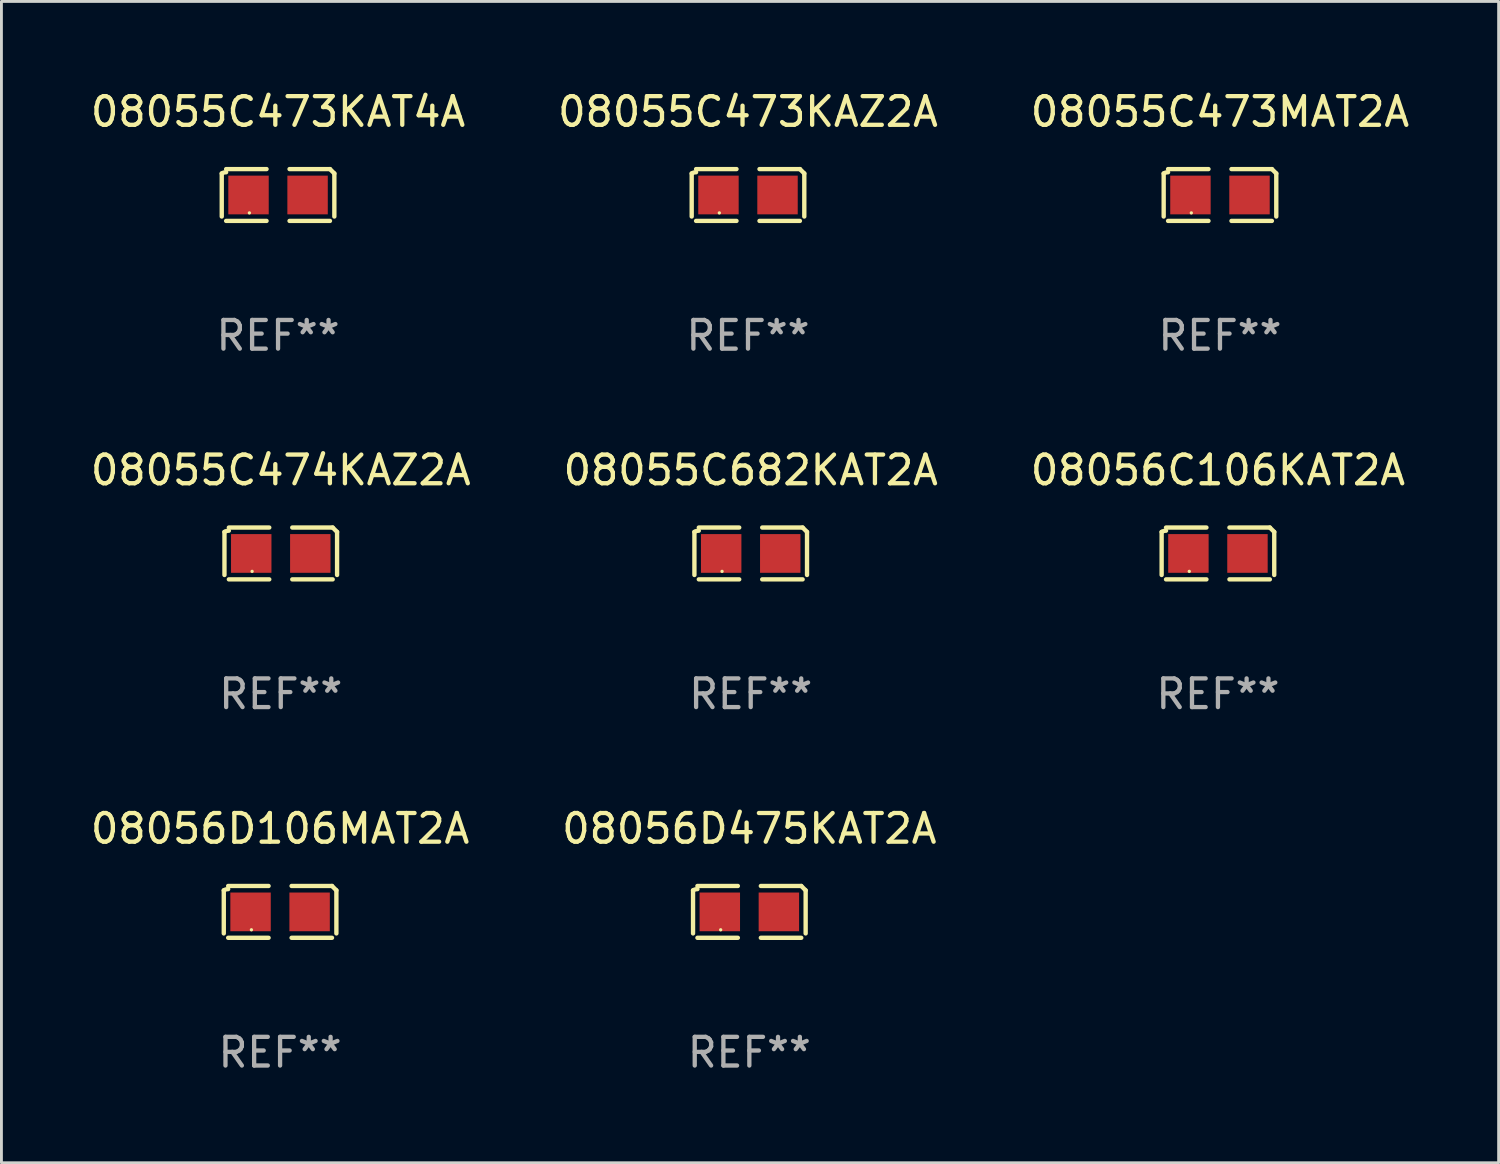
<source format=kicad_pcb>
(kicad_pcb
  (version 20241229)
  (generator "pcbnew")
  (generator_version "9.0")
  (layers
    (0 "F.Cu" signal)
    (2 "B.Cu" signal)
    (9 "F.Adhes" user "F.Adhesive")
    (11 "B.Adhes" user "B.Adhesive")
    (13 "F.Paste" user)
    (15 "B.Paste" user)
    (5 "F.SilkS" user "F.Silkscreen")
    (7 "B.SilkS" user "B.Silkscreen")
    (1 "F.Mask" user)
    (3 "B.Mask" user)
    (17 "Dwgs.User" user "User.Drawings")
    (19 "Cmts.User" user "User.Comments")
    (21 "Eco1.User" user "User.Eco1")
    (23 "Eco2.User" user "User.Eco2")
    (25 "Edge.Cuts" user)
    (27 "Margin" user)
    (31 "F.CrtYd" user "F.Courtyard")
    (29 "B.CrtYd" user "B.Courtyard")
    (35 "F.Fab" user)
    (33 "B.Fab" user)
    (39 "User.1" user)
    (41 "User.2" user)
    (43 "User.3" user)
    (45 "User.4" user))
  (footprint "08055C474KAZ2A"
    (layer "F.Cu")
    (at 6.744 16.256)
    (property "Reference" "08055C474KAZ2A" (at 0 -2.904 0) (layer "F.SilkS") (effects (font (size 1 1) (thickness 0.15))))
    (attr through_hole)
    (fp_line (start -1.964 0.751) (end -1.964 -0.751) (stroke (width 0.152) (type solid)) (layer "F.SilkS"))
    (fp_line (start -1.811 -0.904) (end -0.401 -0.904) (stroke (width 0.152) (type solid)) (layer "F.SilkS"))
    (fp_line (start -0.401 0.904) (end -1.811 0.904) (stroke (width 0.152) (type solid)) (layer "F.SilkS"))
    (fp_line (start 0.401 0.904) (end 1.811 0.904) (stroke (width 0.152) (type solid)) (layer "F.SilkS"))
    (fp_line (start 1.811 -0.904) (end 0.401 -0.904) (stroke (width 0.152) (type solid)) (layer "F.SilkS"))
    (fp_line (start 1.964 0.751) (end 1.964 -0.751) (stroke (width 0.152) (type solid)) (layer "F.SilkS"))
    (fp_arc (start -1.963602 -0.751207) (mid -1.890354 -0.783131) (end -1.811201 -0.794044) (stroke (width 0.1524) (type solid)) (layer "F.SilkS"))
    (fp_arc (start 1.811202 -0.903607) (mid 1.887413 -0.827418) (end 1.963602 -0.751207) (stroke (width 0.1524) (type solid)) (layer "F.SilkS"))
    (fp_circle (center -1 0.625) (end -0.97 0.625) (stroke (width 0.06) (type solid)) (fill no) (layer "F.SilkS"))
    (fp_text user "REF**" (at 0 4.904 0) (layer "F.Fab") (effects (font (size 1 1) (thickness 0.15))))
    (pad "1" smd rect (at -1.03 0) (size 1.41 1.35) (layers "F.Cu" "F.Mask" "F.Paste"))
    (pad "2" smd rect (at 1.03 0) (size 1.41 1.35) (layers "F.Cu" "F.Mask" "F.Paste")))
  (footprint "08056D475KAT2A"
    (layer "F.Cu")
    (at 23.089 28.759)
    (property "Reference" "08056D475KAT2A" (at 0 -2.904 0) (layer "F.SilkS") (effects (font (size 1 1) (thickness 0.15))))
    (attr through_hole)
    (fp_line (start -1.964 0.751) (end -1.964 -0.751) (stroke (width 0.152) (type solid)) (layer "F.SilkS"))
    (fp_line (start -1.811 -0.904) (end -0.401 -0.904) (stroke (width 0.152) (type solid)) (layer "F.SilkS"))
    (fp_line (start -0.401 0.904) (end -1.811 0.904) (stroke (width 0.152) (type solid)) (layer "F.SilkS"))
    (fp_line (start 0.401 0.904) (end 1.811 0.904) (stroke (width 0.152) (type solid)) (layer "F.SilkS"))
    (fp_line (start 1.811 -0.904) (end 0.401 -0.904) (stroke (width 0.152) (type solid)) (layer "F.SilkS"))
    (fp_line (start 1.964 0.751) (end 1.964 -0.751) (stroke (width 0.152) (type solid)) (layer "F.SilkS"))
    (fp_arc (start -1.963602 -0.751207) (mid -1.890354 -0.783131) (end -1.811201 -0.794044) (stroke (width 0.1524) (type solid)) (layer "F.SilkS"))
    (fp_arc (start 1.811202 -0.903607) (mid 1.887413 -0.827418) (end 1.963602 -0.751207) (stroke (width 0.1524) (type solid)) (layer "F.SilkS"))
    (fp_circle (center -1 0.625) (end -0.97 0.625) (stroke (width 0.06) (type solid)) (fill no) (layer "F.SilkS"))
    (fp_text user "REF**" (at 0 4.904 0) (layer "F.Fab") (effects (font (size 1 1) (thickness 0.15))))
    (pad "1" smd rect (at -1.03 0) (size 1.41 1.35) (layers "F.Cu" "F.Mask" "F.Paste"))
    (pad "2" smd rect (at 1.03 0) (size 1.41 1.35) (layers "F.Cu" "F.Mask" "F.Paste")))
  (footprint "08055C473KAT4A"
    (layer "F.Cu")
    (at 6.649 3.752)
    (property "Reference" "08055C473KAT4A" (at 0 -2.904 0) (layer "F.SilkS") (effects (font (size 1 1) (thickness 0.15))))
    (attr through_hole)
    (fp_line (start -1.964 0.751) (end -1.964 -0.751) (stroke (width 0.152) (type solid)) (layer "F.SilkS"))
    (fp_line (start -1.811 -0.904) (end -0.401 -0.904) (stroke (width 0.152) (type solid)) (layer "F.SilkS"))
    (fp_line (start -0.401 0.904) (end -1.811 0.904) (stroke (width 0.152) (type solid)) (layer "F.SilkS"))
    (fp_line (start 0.401 0.904) (end 1.811 0.904) (stroke (width 0.152) (type solid)) (layer "F.SilkS"))
    (fp_line (start 1.811 -0.904) (end 0.401 -0.904) (stroke (width 0.152) (type solid)) (layer "F.SilkS"))
    (fp_line (start 1.964 0.751) (end 1.964 -0.751) (stroke (width 0.152) (type solid)) (layer "F.SilkS"))
    (fp_arc (start -1.963602 -0.751207) (mid -1.890354 -0.783131) (end -1.811201 -0.794044) (stroke (width 0.1524) (type solid)) (layer "F.SilkS"))
    (fp_arc (start 1.811202 -0.903607) (mid 1.887413 -0.827418) (end 1.963602 -0.751207) (stroke (width 0.1524) (type solid)) (layer "F.SilkS"))
    (fp_circle (center -1 0.625) (end -0.97 0.625) (stroke (width 0.06) (type solid)) (fill no) (layer "F.SilkS"))
    (fp_text user "REF**" (at 0 4.904 0) (layer "F.Fab") (effects (font (size 1 1) (thickness 0.15))))
    (pad "1" smd rect (at -1.03 0) (size 1.41 1.35) (layers "F.Cu" "F.Mask" "F.Paste"))
    (pad "2" smd rect (at 1.03 0) (size 1.41 1.35) (layers "F.Cu" "F.Mask" "F.Paste")))
  (footprint "08056D106MAT2A"
    (layer "F.Cu")
    (at 6.72 28.759)
    (property "Reference" "08056D106MAT2A" (at 0 -2.904 0) (layer "F.SilkS") (effects (font (size 1 1) (thickness 0.15))))
    (attr through_hole)
    (fp_line (start -1.964 0.751) (end -1.964 -0.751) (stroke (width 0.152) (type solid)) (layer "F.SilkS"))
    (fp_line (start -1.811 -0.904) (end -0.401 -0.904) (stroke (width 0.152) (type solid)) (layer "F.SilkS"))
    (fp_line (start -0.401 0.904) (end -1.811 0.904) (stroke (width 0.152) (type solid)) (layer "F.SilkS"))
    (fp_line (start 0.401 0.904) (end 1.811 0.904) (stroke (width 0.152) (type solid)) (layer "F.SilkS"))
    (fp_line (start 1.811 -0.904) (end 0.401 -0.904) (stroke (width 0.152) (type solid)) (layer "F.SilkS"))
    (fp_line (start 1.964 0.751) (end 1.964 -0.751) (stroke (width 0.152) (type solid)) (layer "F.SilkS"))
    (fp_arc (start -1.963602 -0.751207) (mid -1.890354 -0.783131) (end -1.811201 -0.794044) (stroke (width 0.1524) (type solid)) (layer "F.SilkS"))
    (fp_arc (start 1.811202 -0.903607) (mid 1.887413 -0.827418) (end 1.963602 -0.751207) (stroke (width 0.1524) (type solid)) (layer "F.SilkS"))
    (fp_circle (center -1 0.625) (end -0.97 0.625) (stroke (width 0.06) (type solid)) (fill no) (layer "F.SilkS"))
    (fp_text user "REF**" (at 0 4.904 0) (layer "F.Fab") (effects (font (size 1 1) (thickness 0.15))))
    (pad "1" smd rect (at -1.03 0) (size 1.41 1.35) (layers "F.Cu" "F.Mask" "F.Paste"))
    (pad "2" smd rect (at 1.03 0) (size 1.41 1.35) (layers "F.Cu" "F.Mask" "F.Paste")))
  (footprint "08055C682KAT2A"
    (layer "F.Cu")
    (at 23.137 16.256)
    (property "Reference" "08055C682KAT2A" (at 0 -2.904 0) (layer "F.SilkS") (effects (font (size 1 1) (thickness 0.15))))
    (attr through_hole)
    (fp_line (start -1.964 0.751) (end -1.964 -0.751) (stroke (width 0.152) (type solid)) (layer "F.SilkS"))
    (fp_line (start -1.811 -0.904) (end -0.401 -0.904) (stroke (width 0.152) (type solid)) (layer "F.SilkS"))
    (fp_line (start -0.401 0.904) (end -1.811 0.904) (stroke (width 0.152) (type solid)) (layer "F.SilkS"))
    (fp_line (start 0.401 0.904) (end 1.811 0.904) (stroke (width 0.152) (type solid)) (layer "F.SilkS"))
    (fp_line (start 1.811 -0.904) (end 0.401 -0.904) (stroke (width 0.152) (type solid)) (layer "F.SilkS"))
    (fp_line (start 1.964 0.751) (end 1.964 -0.751) (stroke (width 0.152) (type solid)) (layer "F.SilkS"))
    (fp_arc (start -1.963602 -0.751207) (mid -1.890354 -0.783131) (end -1.811201 -0.794044) (stroke (width 0.1524) (type solid)) (layer "F.SilkS"))
    (fp_arc (start 1.811202 -0.903607) (mid 1.887413 -0.827418) (end 1.963602 -0.751207) (stroke (width 0.1524) (type solid)) (layer "F.SilkS"))
    (fp_circle (center -1 0.625) (end -0.97 0.625) (stroke (width 0.06) (type solid)) (fill no) (layer "F.SilkS"))
    (fp_text user "REF**" (at 0 4.904 0) (layer "F.Fab") (effects (font (size 1 1) (thickness 0.15))))
    (pad "1" smd rect (at -1.03 0) (size 1.41 1.35) (layers "F.Cu" "F.Mask" "F.Paste"))
    (pad "2" smd rect (at 1.03 0) (size 1.41 1.35) (layers "F.Cu" "F.Mask" "F.Paste")))
  (footprint "08055C473KAZ2A"
    (layer "F.Cu")
    (at 23.042 3.752)
    (property "Reference" "08055C473KAZ2A" (at 0 -2.904 0) (layer "F.SilkS") (effects (font (size 1 1) (thickness 0.15))))
    (attr through_hole)
    (fp_line (start -1.964 0.751) (end -1.964 -0.751) (stroke (width 0.152) (type solid)) (layer "F.SilkS"))
    (fp_line (start -1.811 -0.904) (end -0.401 -0.904) (stroke (width 0.152) (type solid)) (layer "F.SilkS"))
    (fp_line (start -0.401 0.904) (end -1.811 0.904) (stroke (width 0.152) (type solid)) (layer "F.SilkS"))
    (fp_line (start 0.401 0.904) (end 1.811 0.904) (stroke (width 0.152) (type solid)) (layer "F.SilkS"))
    (fp_line (start 1.811 -0.904) (end 0.401 -0.904) (stroke (width 0.152) (type solid)) (layer "F.SilkS"))
    (fp_line (start 1.964 0.751) (end 1.964 -0.751) (stroke (width 0.152) (type solid)) (layer "F.SilkS"))
    (fp_arc (start -1.963602 -0.751207) (mid -1.890354 -0.783131) (end -1.811201 -0.794044) (stroke (width 0.1524) (type solid)) (layer "F.SilkS"))
    (fp_arc (start 1.811202 -0.903607) (mid 1.887413 -0.827418) (end 1.963602 -0.751207) (stroke (width 0.1524) (type solid)) (layer "F.SilkS"))
    (fp_circle (center -1 0.625) (end -0.97 0.625) (stroke (width 0.06) (type solid)) (fill no) (layer "F.SilkS"))
    (fp_text user "REF**" (at 0 4.904 0) (layer "F.Fab") (effects (font (size 1 1) (thickness 0.15))))
    (pad "1" smd rect (at -1.03 0) (size 1.41 1.35) (layers "F.Cu" "F.Mask" "F.Paste"))
    (pad "2" smd rect (at 1.03 0) (size 1.41 1.35) (layers "F.Cu" "F.Mask" "F.Paste")))
  (footprint "08056C106KAT2A"
    (layer "F.Cu")
    (at 39.435 16.256)
    (property "Reference" "08056C106KAT2A" (at 0 -2.904 0) (layer "F.SilkS") (effects (font (size 1 1) (thickness 0.15))))
    (attr through_hole)
    (fp_line (start -1.964 0.751) (end -1.964 -0.751) (stroke (width 0.152) (type solid)) (layer "F.SilkS"))
    (fp_line (start -1.811 -0.904) (end -0.401 -0.904) (stroke (width 0.152) (type solid)) (layer "F.SilkS"))
    (fp_line (start -0.401 0.904) (end -1.811 0.904) (stroke (width 0.152) (type solid)) (layer "F.SilkS"))
    (fp_line (start 0.401 0.904) (end 1.811 0.904) (stroke (width 0.152) (type solid)) (layer "F.SilkS"))
    (fp_line (start 1.811 -0.904) (end 0.401 -0.904) (stroke (width 0.152) (type solid)) (layer "F.SilkS"))
    (fp_line (start 1.964 0.751) (end 1.964 -0.751) (stroke (width 0.152) (type solid)) (layer "F.SilkS"))
    (fp_arc (start -1.963602 -0.751207) (mid -1.890354 -0.783131) (end -1.811201 -0.794044) (stroke (width 0.1524) (type solid)) (layer "F.SilkS"))
    (fp_arc (start 1.811202 -0.903607) (mid 1.887413 -0.827418) (end 1.963602 -0.751207) (stroke (width 0.1524) (type solid)) (layer "F.SilkS"))
    (fp_circle (center -1 0.625) (end -0.97 0.625) (stroke (width 0.06) (type solid)) (fill no) (layer "F.SilkS"))
    (fp_text user "REF**" (at 0 4.904 0) (layer "F.Fab") (effects (font (size 1 1) (thickness 0.15))))
    (pad "1" smd rect (at -1.03 0) (size 1.41 1.35) (layers "F.Cu" "F.Mask" "F.Paste"))
    (pad "2" smd rect (at 1.03 0) (size 1.41 1.35) (layers "F.Cu" "F.Mask" "F.Paste")))
  (footprint "08055C473MAT2A"
    (layer "F.Cu")
    (at 39.506 3.752)
    (property "Reference" "08055C473MAT2A" (at 0 -2.904 0) (layer "F.SilkS") (effects (font (size 1 1) (thickness 0.15))))
    (attr through_hole)
    (fp_line (start -1.964 0.751) (end -1.964 -0.751) (stroke (width 0.152) (type solid)) (layer "F.SilkS"))
    (fp_line (start -1.811 -0.904) (end -0.401 -0.904) (stroke (width 0.152) (type solid)) (layer "F.SilkS"))
    (fp_line (start -0.401 0.904) (end -1.811 0.904) (stroke (width 0.152) (type solid)) (layer "F.SilkS"))
    (fp_line (start 0.401 0.904) (end 1.811 0.904) (stroke (width 0.152) (type solid)) (layer "F.SilkS"))
    (fp_line (start 1.811 -0.904) (end 0.401 -0.904) (stroke (width 0.152) (type solid)) (layer "F.SilkS"))
    (fp_line (start 1.964 0.751) (end 1.964 -0.751) (stroke (width 0.152) (type solid)) (layer "F.SilkS"))
    (fp_arc (start -1.963602 -0.751207) (mid -1.890354 -0.783131) (end -1.811201 -0.794044) (stroke (width 0.1524) (type solid)) (layer "F.SilkS"))
    (fp_arc (start 1.811202 -0.903607) (mid 1.887413 -0.827418) (end 1.963602 -0.751207) (stroke (width 0.1524) (type solid)) (layer "F.SilkS"))
    (fp_circle (center -1 0.625) (end -0.97 0.625) (stroke (width 0.06) (type solid)) (fill no) (layer "F.SilkS"))
    (fp_text user "REF**" (at 0 4.904 0) (layer "F.Fab") (effects (font (size 1 1) (thickness 0.15))))
    (pad "1" smd rect (at -1.03 0) (size 1.41 1.35) (layers "F.Cu" "F.Mask" "F.Paste"))
    (pad "2" smd rect (at 1.03 0) (size 1.41 1.35) (layers "F.Cu" "F.Mask" "F.Paste")))
  (gr_rect
    (start -3 -3)
    (end 49.226 37.511)
    (stroke (width 0.1) (type default))
    (fill no)
    (layer "Edge.Cuts")))
</source>
